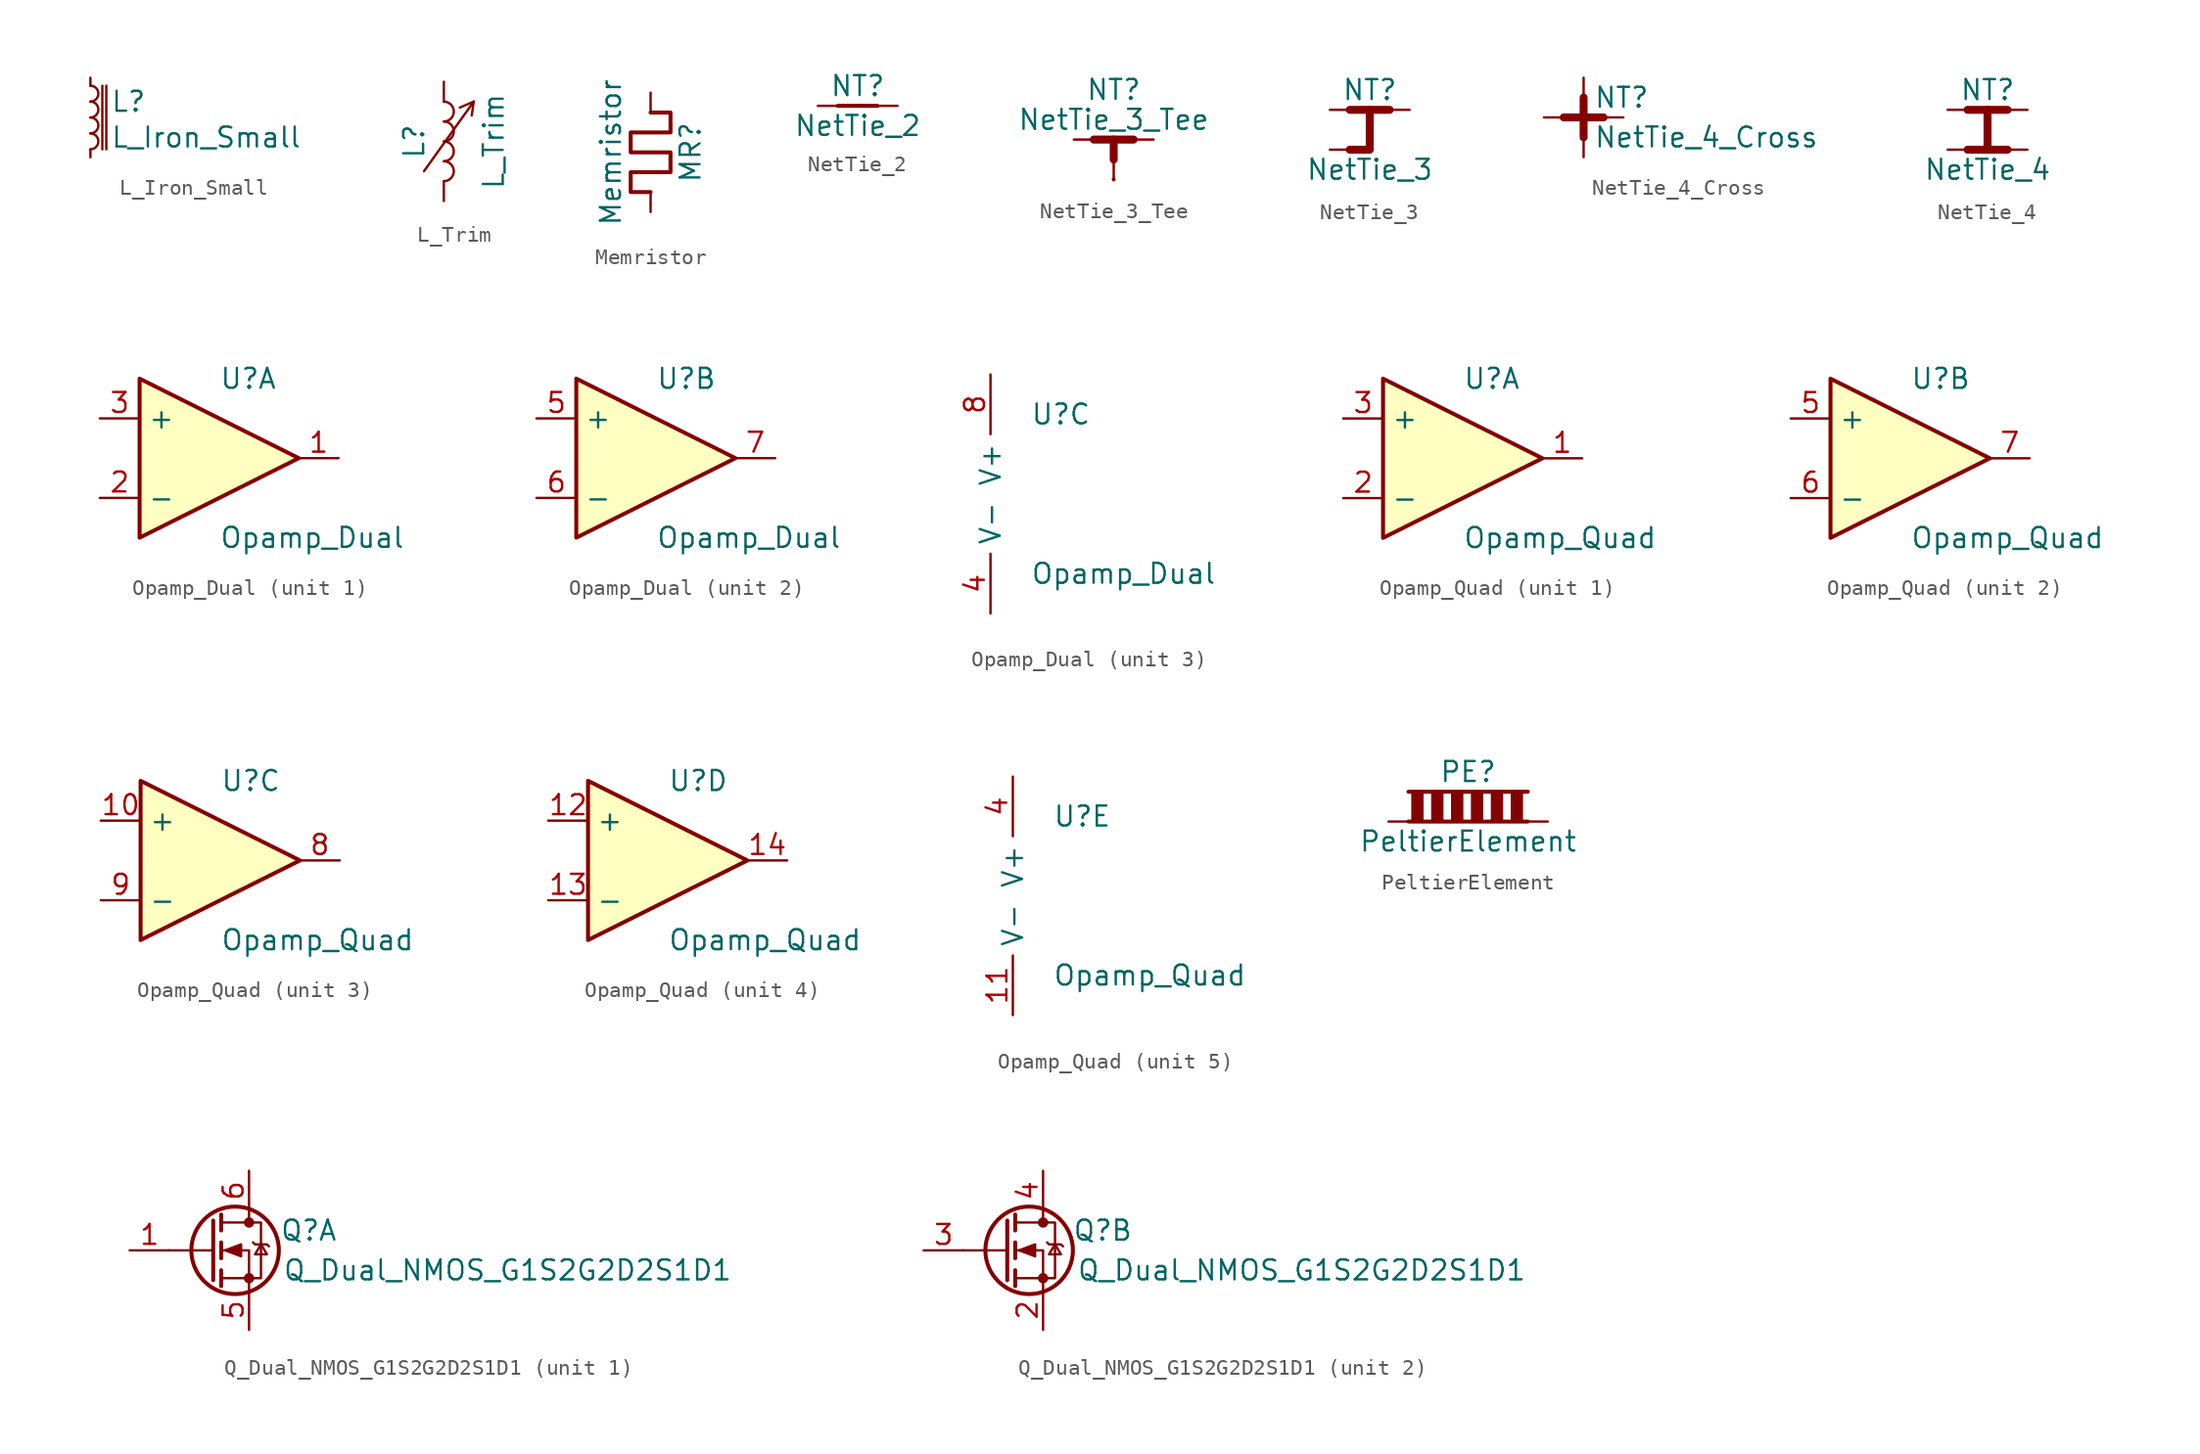
<source format=kicad_sym>
(kicad_symbol_lib
  (version 20201005)
  (generator kicad_symbol_editor)
  (symbol "L_Iron_Small"
    (pin_numbers hide)
    (pin_names
      (offset 0.254) hide)
    (property "Reference" "L"
      (at 1.27 1.016 0)
      (effects (font (size 1.27 1.27)) (justify left)))
    (property "Value" "L_Iron_Small"
      (at 1.27 -1.27 0)
      (effects (font (size 1.27 1.27)) (justify left)))
    (symbol "L_Iron_Small_0_1"
      (arc (start 0 -2.032) (end 0 -1.016) (radius (at 0 -1.524) (length 0.508) (angles -89.9 89.9)) (stroke (width 0)) (fill (type none)))
      (arc (start 0 -1.016) (end 0 0) (radius (at 0 -0.508) (length 0.508) (angles -89.9 89.9)) (stroke (width 0)) (fill (type none)))
      (arc (start 0 0) (end 0 1.016) (radius (at 0 0.508) (length 0.508) (angles -89.9 89.9)) (stroke (width 0)) (fill (type none)))
      (arc (start 0 1.016) (end 0 2.032) (radius (at 0 1.524) (length 0.508) (angles -89.9 89.9)) (stroke (width 0)) (fill (type none)))
      (polyline (pts (xy 0.762 2.032) (xy 0.762 -2.032)) (stroke (width 0)) (fill (type none)))
      (polyline (pts (xy 1.016 -2.032) (xy 1.016 2.032)) (stroke (width 0)) (fill (type none))))
    (symbol "L_Iron_Small_1_1"
      (pin passive line (at 0 2.54 270) (length 0.508) (name "~" (effects (font (size 1.27 1.27)))) (number "1" (effects (font (size 1.27 1.27)))))
      (pin passive line (at 0 -2.54 90) (length 0.508) (name "~" (effects (font (size 1.27 1.27)))) (number "2" (effects (font (size 1.27 1.27)))))))
  (symbol "L_Trim"
    (pin_numbers hide)
    (pin_names
      (offset 1.016) hide)
    (property "Reference" "L"
      (at -1.905 0 90)
      (effects (font (size 1.27 1.27))))
    (property "Value" "L_Trim"
      (at 3.175 0 90)
      (effects (font (size 1.27 1.27))))
    (symbol "L_Trim_0_1"
      (arc (start 0 -2.54) (end 0 -1.27) (radius (at 0 -1.905) (length 0.635) (angles -89.9 89.9)) (stroke (width 0)) (fill (type none)))
      (arc (start 0 -1.27) (end 0 0) (radius (at 0 -0.635) (length 0.635) (angles -89.9 89.9)) (stroke (width 0)) (fill (type none)))
      (arc (start 0 0) (end 0 1.27) (radius (at 0 0.635) (length 0.635) (angles -89.9 89.9)) (stroke (width 0)) (fill (type none)))
      (arc (start 0 1.27) (end 0 2.54) (radius (at 0 1.905) (length 0.635) (angles -89.9 89.9)) (stroke (width 0)) (fill (type none)))
      (polyline (pts (xy -1.27 -1.905) (xy 1.905 2.54)) (stroke (width 0)) (fill (type none)))
      (polyline (pts (xy 1.905 2.54) (xy 1.016 2.159)) (stroke (width 0)) (fill (type none)))
      (polyline (pts (xy 1.905 2.54) (xy 1.778 1.651)) (stroke (width 0)) (fill (type none))))
    (symbol "L_Trim_1_1"
      (pin passive line (at 0 3.81 270) (length 1.27) (name "1" (effects (font (size 1.27 1.27)))) (number "1" (effects (font (size 1.27 1.27)))))
      (pin passive line (at 0 -3.81 90) (length 1.27) (name "2" (effects (font (size 1.27 1.27)))) (number "2" (effects (font (size 1.27 1.27)))))))
  (symbol "Memristor"
    (pin_numbers hide)
    (pin_names
      (offset 0))
    (property "Reference" "MR"
      (at 2.54 0 90)
      (effects (font (size 1.27 1.27))))
    (property "Value" "Memristor"
      (at -2.54 0 90)
      (effects (font (size 1.27 1.27))))
    (symbol "Memristor_0_0"
      (polyline (pts (xy 0 2.54) (xy 1.27 2.54) (xy 1.27 1.27) (xy -1.27 1.27) (xy -1.27 0) (xy 1.27 0) (xy 1.27 -1.27) (xy -1.27 -1.27) (xy -1.27 -2.54) (xy 0 -2.54)) (stroke (width 0.254)) (fill (type none))))
    (symbol "Memristor_1_1"
      (pin passive line (at 0 3.81 270) (length 1.27) (name "~" (effects (font (size 1.27 1.27)))) (number "1" (effects (font (size 1.27 1.27)))))
      (pin passive line (at 0 -3.81 90) (length 1.27) (name "~" (effects (font (size 1.27 1.27)))) (number "2" (effects (font (size 1.27 1.27)))))))
  (symbol "NetTie_2"
    (pin_numbers hide)
    (pin_names
      (offset 0) hide)
    (property "Reference" "NT"
      (at 0 1.27 0)
      (effects (font (size 1.27 1.27))))
    (property "Value" "NetTie_2"
      (at 0 -1.27 0)
      (effects (font (size 1.27 1.27))))
    (symbol "NetTie_2_0_1"
      (polyline (pts (xy -1.27 0) (xy 1.27 0)) (stroke (width 0.254)) (fill (type none))))
    (symbol "NetTie_2_1_1"
      (pin passive line (at -2.54 0 0) (length 2.54) (name "1" (effects (font (size 1.27 1.27)))) (number "1" (effects (font (size 1.27 1.27)))))
      (pin passive line (at 2.54 0 180) (length 2.54) (name "2" (effects (font (size 1.27 1.27)))) (number "2" (effects (font (size 1.27 1.27)))))))
  (symbol "NetTie_3_Tee"
    (pin_numbers hide)
    (pin_names
      (offset 0) hide)
    (property "Reference" "NT"
      (at 0 3.175 0)
      (effects (font (size 1.27 1.27))))
    (property "Value" "NetTie_3_Tee"
      (at 0 1.27 0)
      (effects (font (size 1.27 1.27))))
    (symbol "NetTie_3_Tee_0_1"
      (polyline (pts (xy -1.27 0) (xy 1.27 0)) (stroke (width 0.508)) (fill (type none)))
      (polyline (pts (xy -1.27 0) (xy 1.27 0)) (stroke (width 0.254)) (fill (type none)))
      (polyline (pts (xy 0 -2.54) (xy 0 -2.54)) (stroke (width 0.254)) (fill (type none)))
      (polyline (pts (xy 0 -1.27) (xy 0 0)) (stroke (width 0.508)) (fill (type none))))
    (symbol "NetTie_3_Tee_1_1"
      (pin passive line (at -2.54 0 0) (length 2.54) (name "1" (effects (font (size 1.27 1.27)))) (number "1" (effects (font (size 1.27 1.27)))))
      (pin passive line (at 2.54 0 180) (length 2.54) (name "2" (effects (font (size 1.27 1.27)))) (number "2" (effects (font (size 1.27 1.27)))))
      (pin passive line (at 0 -2.54 90) (length 2.54) (name "3" (effects (font (size 1.27 1.27)))) (number "3" (effects (font (size 1.27 1.27)))))))
  (symbol "NetTie_3"
    (pin_numbers hide)
    (pin_names
      (offset 0) hide)
    (property "Reference" "NT"
      (at 0 1.27 0)
      (effects (font (size 1.27 1.27))))
    (property "Value" "NetTie_3"
      (at 0 -3.81 0)
      (effects (font (size 1.27 1.27))))
    (symbol "NetTie_3_0_1"
      (polyline (pts (xy -1.27 0) (xy 1.27 0)) (stroke (width 0.508)) (fill (type none)))
      (polyline (pts (xy 0 0) (xy 0 -2.54) (xy -1.27 -2.54)) (stroke (width 0.508)) (fill (type none))))
    (symbol "NetTie_3_1_1"
      (pin passive line (at -2.54 0 0) (length 2.54) (name "1" (effects (font (size 1.27 1.27)))) (number "1" (effects (font (size 1.27 1.27)))))
      (pin passive line (at 2.54 0 180) (length 2.54) (name "2" (effects (font (size 1.27 1.27)))) (number "2" (effects (font (size 1.27 1.27)))))
      (pin passive line (at -2.54 -2.54 0) (length 2.54) (name "3" (effects (font (size 1.27 1.27)))) (number "3" (effects (font (size 1.27 1.27)))))))
  (symbol "NetTie_4_Cross"
    (pin_numbers hide)
    (pin_names
      (offset 0) hide)
    (property "Reference" "NT"
      (at 0.635 1.27 0)
      (effects (font (size 1.27 1.27)) (justify left)))
    (property "Value" "NetTie_4_Cross"
      (at 0.635 -1.27 0)
      (effects (font (size 1.27 1.27)) (justify left)))
    (symbol "NetTie_4_Cross_0_1"
      (polyline (pts (xy -1.27 0) (xy 1.27 0)) (stroke (width 0.508)) (fill (type none)))
      (polyline (pts (xy 0 -1.27) (xy 0 1.27)) (stroke (width 0.508)) (fill (type none))))
    (symbol "NetTie_4_Cross_1_1"
      (pin passive line (at -2.54 0 0) (length 2.54) (name "1" (effects (font (size 1.27 1.27)))) (number "1" (effects (font (size 1.27 1.27)))))
      (pin passive line (at 2.54 0 180) (length 2.54) (name "2" (effects (font (size 1.27 1.27)))) (number "2" (effects (font (size 1.27 1.27)))))
      (pin passive line (at 0 2.54 270) (length 2.54) (name "3" (effects (font (size 1.27 1.27)))) (number "3" (effects (font (size 1.27 1.27)))))
      (pin passive line (at 0 -2.54 90) (length 2.54) (name "4" (effects (font (size 1.27 1.27)))) (number "4" (effects (font (size 1.27 1.27)))))))
  (symbol "NetTie_4"
    (pin_numbers hide)
    (pin_names
      (offset 0) hide)
    (property "Reference" "NT"
      (at 0 1.27 0)
      (effects (font (size 1.27 1.27))))
    (property "Value" "NetTie_4"
      (at 0 -3.81 0)
      (effects (font (size 1.27 1.27))))
    (symbol "NetTie_4_0_1"
      (polyline (pts (xy -1.27 -2.54) (xy 1.27 -2.54)) (stroke (width 0.508)) (fill (type none)))
      (polyline (pts (xy -1.27 0) (xy 1.27 0)) (stroke (width 0.508)) (fill (type none)))
      (polyline (pts (xy 0 -2.54) (xy 0 0)) (stroke (width 0.508)) (fill (type none))))
    (symbol "NetTie_4_1_1"
      (pin passive line (at -2.54 0 0) (length 2.54) (name "1" (effects (font (size 1.27 1.27)))) (number "1" (effects (font (size 1.27 1.27)))))
      (pin passive line (at 2.54 0 180) (length 2.54) (name "2" (effects (font (size 1.27 1.27)))) (number "2" (effects (font (size 1.27 1.27)))))
      (pin passive line (at -2.54 -2.54 0) (length 2.54) (name "3" (effects (font (size 1.27 1.27)))) (number "3" (effects (font (size 1.27 1.27)))))
      (pin passive line (at 2.54 -2.54 180) (length 2.54) (name "4" (effects (font (size 1.27 1.27)))) (number "4" (effects (font (size 1.27 1.27)))))))
  (symbol "Opamp_Dual"
    (property "Reference" "U"
      (at 0 5.08 0)
      (effects (font (size 1.27 1.27)) (justify left)))
    (property "Value" "Opamp_Dual"
      (at 0 -5.08 0)
      (effects (font (size 1.27 1.27)) (justify left)))
    (property "ki_locked" ""
      (at 0 0 0)
      (effects (font (size 1.27 1.27))))
    (symbol "Opamp_Dual_1_1"
      (polyline (pts (xy -5.08 5.08) (xy 5.08 0) (xy -5.08 -5.08) (xy -5.08 5.08)) (stroke (width 0.254)) (fill (type background)))
      (pin output line (at 7.62 0 180) (length 2.54) (name "~" (effects (font (size 1.27 1.27)))) (number "1" (effects (font (size 1.27 1.27)))))
      (pin input line (at -7.62 -2.54 0) (length 2.54) (name "-" (effects (font (size 1.27 1.27)))) (number "2" (effects (font (size 1.27 1.27)))))
      (pin input line (at -7.62 2.54 0) (length 2.54) (name "+" (effects (font (size 1.27 1.27)))) (number "3" (effects (font (size 1.27 1.27))))))
    (symbol "Opamp_Dual_2_1"
      (polyline (pts (xy -5.08 5.08) (xy 5.08 0) (xy -5.08 -5.08) (xy -5.08 5.08)) (stroke (width 0.254)) (fill (type background)))
      (pin input line (at -7.62 2.54 0) (length 2.54) (name "+" (effects (font (size 1.27 1.27)))) (number "5" (effects (font (size 1.27 1.27)))))
      (pin input line (at -7.62 -2.54 0) (length 2.54) (name "-" (effects (font (size 1.27 1.27)))) (number "6" (effects (font (size 1.27 1.27)))))
      (pin output line (at 7.62 0 180) (length 2.54) (name "~" (effects (font (size 1.27 1.27)))) (number "7" (effects (font (size 1.27 1.27))))))
    (symbol "Opamp_Dual_3_1"
      (pin power_in line (at -2.54 -7.62 90) (length 3.81) (name "V-" (effects (font (size 1.27 1.27)))) (number "4" (effects (font (size 1.27 1.27)))))
      (pin power_in line (at -2.54 7.62 270) (length 3.81) (name "V+" (effects (font (size 1.27 1.27)))) (number "8" (effects (font (size 1.27 1.27)))))))
  (symbol "Opamp_Quad"
    (property "Reference" "U"
      (at 0 5.08 0)
      (effects (font (size 1.27 1.27)) (justify left)))
    (property "Value" "Opamp_Quad"
      (at 0 -5.08 0)
      (effects (font (size 1.27 1.27)) (justify left)))
    (property "ki_locked" ""
      (at 0 0 0)
      (effects (font (size 1.27 1.27))))
    (symbol "Opamp_Quad_1_1"
      (polyline (pts (xy -5.08 5.08) (xy 5.08 0) (xy -5.08 -5.08) (xy -5.08 5.08)) (stroke (width 0.254)) (fill (type background)))
      (pin output line (at 7.62 0 180) (length 2.54) (name "~" (effects (font (size 1.27 1.27)))) (number "1" (effects (font (size 1.27 1.27)))))
      (pin input line (at -7.62 -2.54 0) (length 2.54) (name "-" (effects (font (size 1.27 1.27)))) (number "2" (effects (font (size 1.27 1.27)))))
      (pin input line (at -7.62 2.54 0) (length 2.54) (name "+" (effects (font (size 1.27 1.27)))) (number "3" (effects (font (size 1.27 1.27))))))
    (symbol "Opamp_Quad_2_1"
      (polyline (pts (xy -5.08 5.08) (xy 5.08 0) (xy -5.08 -5.08) (xy -5.08 5.08)) (stroke (width 0.254)) (fill (type background)))
      (pin input line (at -7.62 2.54 0) (length 2.54) (name "+" (effects (font (size 1.27 1.27)))) (number "5" (effects (font (size 1.27 1.27)))))
      (pin input line (at -7.62 -2.54 0) (length 2.54) (name "-" (effects (font (size 1.27 1.27)))) (number "6" (effects (font (size 1.27 1.27)))))
      (pin output line (at 7.62 0 180) (length 2.54) (name "~" (effects (font (size 1.27 1.27)))) (number "7" (effects (font (size 1.27 1.27))))))
    (symbol "Opamp_Quad_3_1"
      (polyline (pts (xy -5.08 5.08) (xy 5.08 0) (xy -5.08 -5.08) (xy -5.08 5.08)) (stroke (width 0.254)) (fill (type background)))
      (pin input line (at -7.62 2.54 0) (length 2.54) (name "+" (effects (font (size 1.27 1.27)))) (number "10" (effects (font (size 1.27 1.27)))))
      (pin output line (at 7.62 0 180) (length 2.54) (name "~" (effects (font (size 1.27 1.27)))) (number "8" (effects (font (size 1.27 1.27)))))
      (pin input line (at -7.62 -2.54 0) (length 2.54) (name "-" (effects (font (size 1.27 1.27)))) (number "9" (effects (font (size 1.27 1.27))))))
    (symbol "Opamp_Quad_4_1"
      (polyline (pts (xy -5.08 5.08) (xy 5.08 0) (xy -5.08 -5.08) (xy -5.08 5.08)) (stroke (width 0.254)) (fill (type background)))
      (pin input line (at -7.62 2.54 0) (length 2.54) (name "+" (effects (font (size 1.27 1.27)))) (number "12" (effects (font (size 1.27 1.27)))))
      (pin input line (at -7.62 -2.54 0) (length 2.54) (name "-" (effects (font (size 1.27 1.27)))) (number "13" (effects (font (size 1.27 1.27)))))
      (pin output line (at 7.62 0 180) (length 2.54) (name "~" (effects (font (size 1.27 1.27)))) (number "14" (effects (font (size 1.27 1.27))))))
    (symbol "Opamp_Quad_5_1"
      (pin power_in line (at -2.54 -7.62 90) (length 3.81) (name "V-" (effects (font (size 1.27 1.27)))) (number "11" (effects (font (size 1.27 1.27)))))
      (pin power_in line (at -2.54 7.62 270) (length 3.81) (name "V+" (effects (font (size 1.27 1.27)))) (number "4" (effects (font (size 1.27 1.27)))))))
  (symbol "PeltierElement"
    (pin_numbers hide)
    (pin_names
      (offset 0))
    (property "Reference" "PE"
      (at 0 3.175 0)
      (effects (font (size 1.27 1.27))))
    (property "Value" "PeltierElement"
      (at 0 -1.27 0)
      (effects (font (size 1.27 1.27))))
    (symbol "PeltierElement_0_1"
      (rectangle (start -3.556 1.905) (end -2.921 0) (stroke (width 0)) (fill (type outline)))
      (rectangle (start -2.286 1.905) (end -1.651 0) (stroke (width 0)) (fill (type outline)))
      (rectangle (start -0.381 1.905) (end -1.016 0) (stroke (width 0)) (fill (type outline)))
      (rectangle (start 0.889 1.905) (end 0.254 0) (stroke (width 0)) (fill (type outline)))
      (rectangle (start 1.524 0) (end 2.159 1.905) (stroke (width 0)) (fill (type outline)))
      (rectangle (start 2.794 0) (end 3.429 1.905) (stroke (width 0)) (fill (type outline)))
      (polyline (pts (xy -3.81 1.905) (xy 3.81 1.905)) (stroke (width 0.254)) (fill (type none)))
      (polyline (pts (xy -3.81 0) (xy 3.81 0)) (stroke (width 0.254)) (fill (type outline))))
    (symbol "PeltierElement_1_1"
      (pin passive line (at -5.08 0 0) (length 1.27) (name "~" (effects (font (size 1.27 1.27)))) (number "1" (effects (font (size 1.27 1.27)))))
      (pin passive line (at 5.08 0 180) (length 1.27) (name "~" (effects (font (size 1.27 1.27)))) (number "2" (effects (font (size 1.27 1.27)))))))
  (symbol "Q_Dual_NMOS_G1S2G2D2S1D1"
    (pin_names
      (offset 0) hide)
    (property "Reference" "Q"
      (at 6.35 1.27 0)
      (effects (font (size 1.27 1.27))))
    (property "Value" "Q_Dual_NMOS_G1S2G2D2S1D1"
      (at 19.05 -1.27 0)
      (effects (font (size 1.27 1.27))))
    (symbol "Q_Dual_NMOS_G1S2G2D2S1D1_0_1"
      (circle (center 1.651 0) (radius 2.794) (stroke (width 0.254)) (fill (type none)))
      (circle (center 2.54 -1.778) (radius 0.254) (stroke (width 0)) (fill (type outline)))
      (circle (center 2.54 1.778) (radius 0.254) (stroke (width 0)) (fill (type outline)))
      (polyline (pts (xy 0.254 0) (xy -2.54 0)) (stroke (width 0)) (fill (type none)))
      (polyline (pts (xy 0.254 1.905) (xy 0.254 -1.905)) (stroke (width 0.254)) (fill (type none)))
      (polyline (pts (xy 0.762 -1.27) (xy 0.762 -2.286)) (stroke (width 0.254)) (fill (type none)))
      (polyline (pts (xy 0.762 0.508) (xy 0.762 -0.508)) (stroke (width 0.254)) (fill (type none)))
      (polyline (pts (xy 0.762 2.286) (xy 0.762 1.27)) (stroke (width 0.254)) (fill (type none)))
      (polyline (pts (xy 2.54 2.54) (xy 2.54 1.778)) (stroke (width 0)) (fill (type none)))
      (polyline (pts (xy 2.54 -2.54) (xy 2.54 0) (xy 0.762 0)) (stroke (width 0)) (fill (type none)))
      (polyline (pts (xy 0.762 -1.778) (xy 3.302 -1.778) (xy 3.302 1.778) (xy 0.762 1.778)) (stroke (width 0)) (fill (type none)))
      (polyline (pts (xy 2.794 0.508) (xy 2.921 0.381) (xy 3.683 0.381) (xy 3.81 0.254)) (stroke (width 0)) (fill (type none)))
      (polyline (pts (xy 3.302 0.381) (xy 2.921 -0.254) (xy 3.683 -0.254) (xy 3.302 0.381)) (stroke (width 0)) (fill (type none)))
      (polyline (pts (xy 1.016 0) (xy 2.032 0.381) (xy 2.032 -0.381) (xy 1.016 0)) (stroke (width 0)) (fill (type outline))))
    (symbol "Q_Dual_NMOS_G1S2G2D2S1D1_1_1"
      (pin input line (at -5.08 0 0) (length 2.54) (name "G" (effects (font (size 1.27 1.27)))) (number "1" (effects (font (size 1.27 1.27)))))
      (pin passive line (at 2.54 -5.08 90) (length 2.54) (name "S" (effects (font (size 1.27 1.27)))) (number "5" (effects (font (size 1.27 1.27)))))
      (pin passive line (at 2.54 5.08 270) (length 2.54) (name "D" (effects (font (size 1.27 1.27)))) (number "6" (effects (font (size 1.27 1.27))))))
    (symbol "Q_Dual_NMOS_G1S2G2D2S1D1_2_1"
      (pin passive line (at 2.54 -5.08 90) (length 2.54) (name "S" (effects (font (size 1.27 1.27)))) (number "2" (effects (font (size 1.27 1.27)))))
      (pin input line (at -5.08 0 0) (length 2.54) (name "G" (effects (font (size 1.27 1.27)))) (number "3" (effects (font (size 1.27 1.27)))))
      (pin passive line (at 2.54 5.08 270) (length 2.54) (name "D" (effects (font (size 1.27 1.27)))) (number "4" (effects (font (size 1.27 1.27))))))))
</source>
